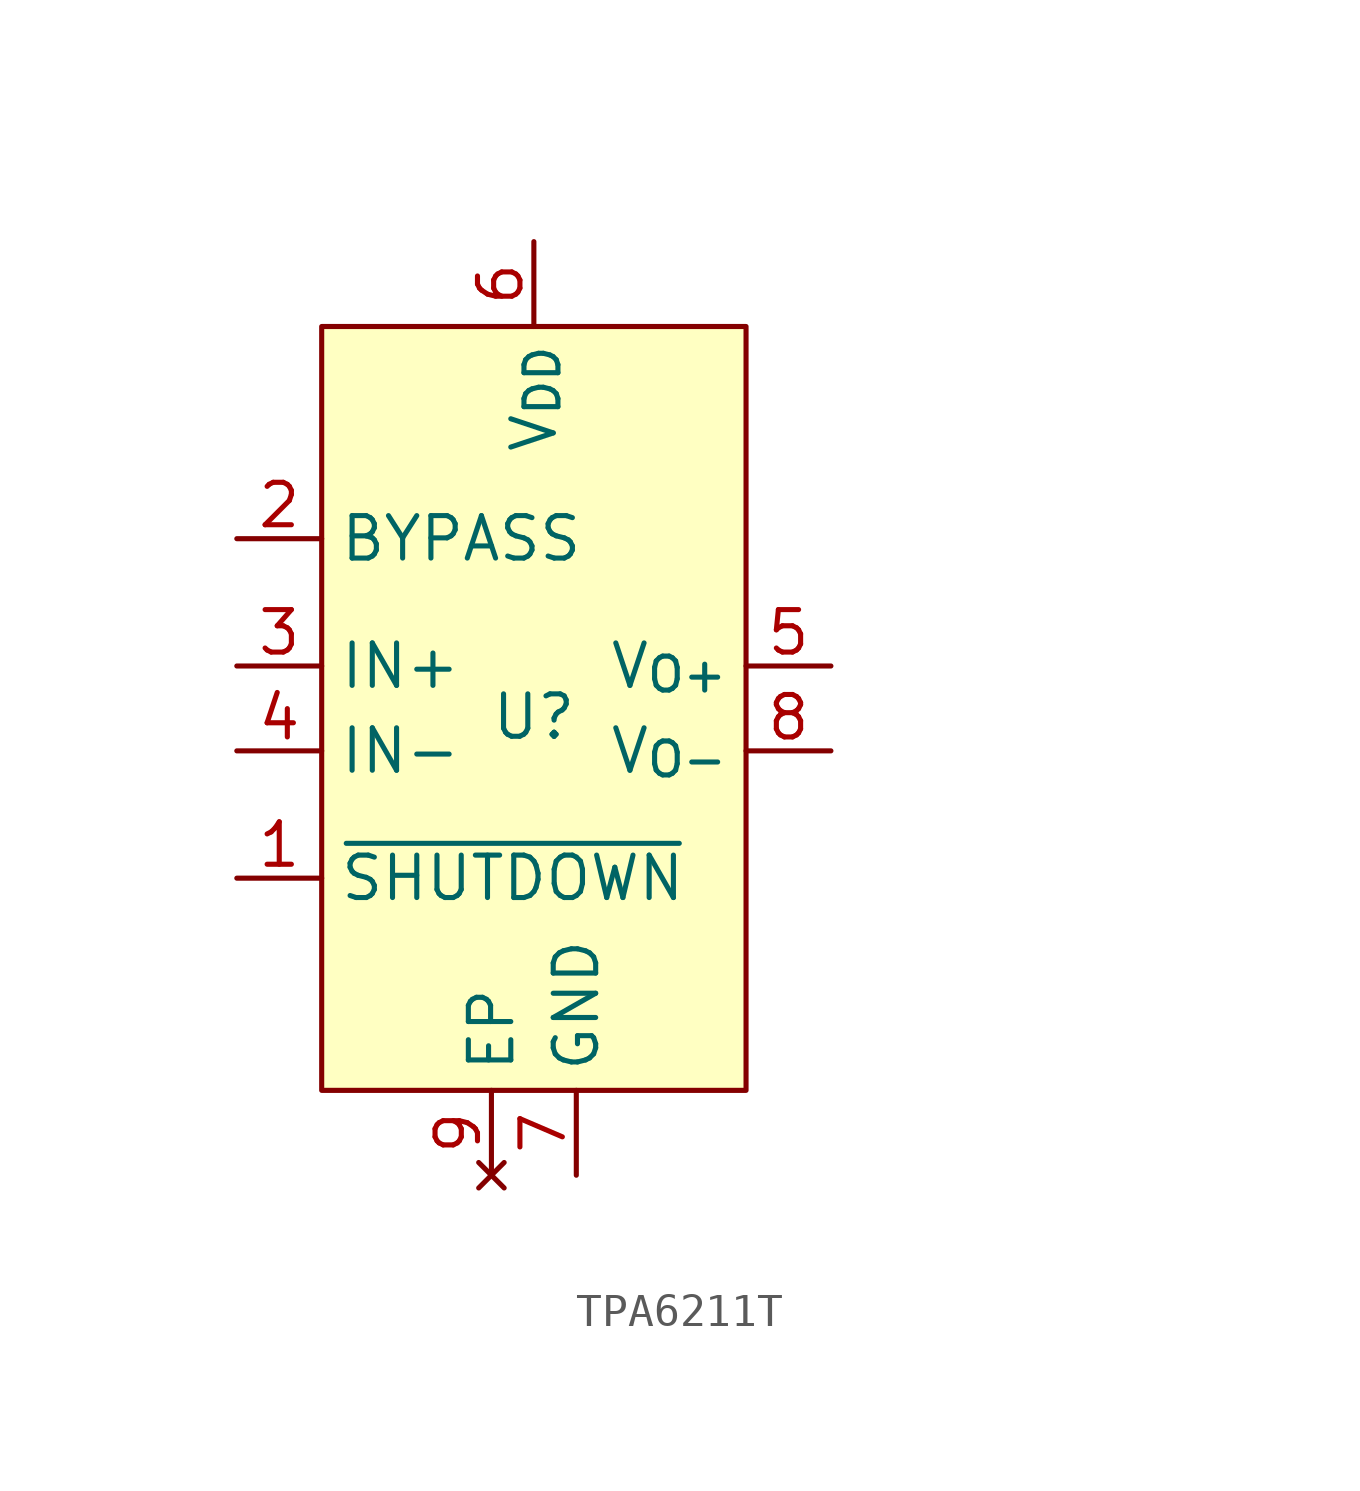
<source format=kicad_sym>
(kicad_symbol_lib
  (version 20231120)
  (generator "kicad_symbol_editor")
  (generator_version "8.0")
  (symbol "TPA6211T"
    (property "Reference" "U"
      (at 0 -0.254 0)
      (effects (font (size 1.27 1.27))))
    (property "Value" ""
      (at 17.78 0 0)
      (effects (font (size 1.27 1.27))))
    (symbol "TPA6211T_0_0"
      (pin input line (at -8.89 -5.08 0) (length 2.54) (name "~{SHUTDOWN}" (effects (font (size 1.27 1.27)))) (number "1" (effects (font (size 1.27 1.27)))))
      (pin input line (at -8.89 5.08 0) (length 2.54) (name "BYPASS" (effects (font (size 1.27 1.27)))) (number "2" (effects (font (size 1.27 1.27)))))
      (pin input line (at -8.89 1.27 0) (length 2.54) (name "IN+" (effects (font (size 1.27 1.27)))) (number "3" (effects (font (size 1.27 1.27)))))
      (pin input line (at -8.89 -1.27 0) (length 2.54) (name "IN-" (effects (font (size 1.27 1.27)))) (number "4" (effects (font (size 1.27 1.27)))))
      (pin output line (at 8.89 1.27 180) (length 2.54) (name "V_{O+}" (effects (font (size 1.27 1.27)))) (number "5" (effects (font (size 1.27 1.27)))))
      (pin power_in line (at 0 13.97 270) (length 2.54) (name "V_{DD}" (effects (font (size 1.27 1.27)))) (number "6" (effects (font (size 1.27 1.27)))))
      (pin power_in line (at 1.27 -13.97 90) (length 2.54) (name "GND" (effects (font (size 1.27 1.27)))) (number "7" (effects (font (size 1.27 1.27)))))
      (pin output line (at 8.89 -1.27 180) (length 2.54) (name "V_{O-}" (effects (font (size 1.27 1.27)))) (number "8" (effects (font (size 1.27 1.27)))))
      (pin no_connect line (at -1.27 -13.97 90) (length 2.54) (name "EP" (effects (font (size 1.27 1.27)))) (number "9" (effects (font (size 1.27 1.27))))))
    (symbol "TPA6211T_0_1"
      (rectangle (start -6.35 11.43) (end 6.35 -11.43) (stroke (width 0) (type default)) (fill (type background))))))
</source>
